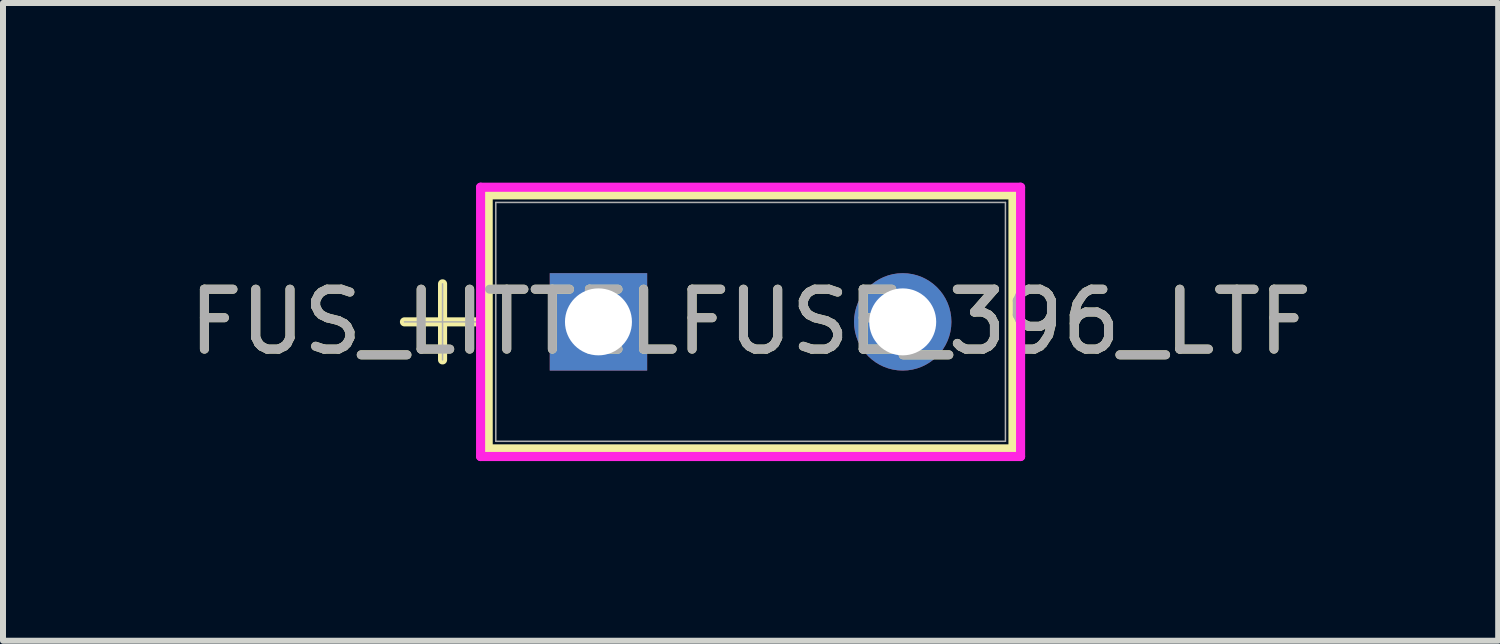
<source format=kicad_pcb>
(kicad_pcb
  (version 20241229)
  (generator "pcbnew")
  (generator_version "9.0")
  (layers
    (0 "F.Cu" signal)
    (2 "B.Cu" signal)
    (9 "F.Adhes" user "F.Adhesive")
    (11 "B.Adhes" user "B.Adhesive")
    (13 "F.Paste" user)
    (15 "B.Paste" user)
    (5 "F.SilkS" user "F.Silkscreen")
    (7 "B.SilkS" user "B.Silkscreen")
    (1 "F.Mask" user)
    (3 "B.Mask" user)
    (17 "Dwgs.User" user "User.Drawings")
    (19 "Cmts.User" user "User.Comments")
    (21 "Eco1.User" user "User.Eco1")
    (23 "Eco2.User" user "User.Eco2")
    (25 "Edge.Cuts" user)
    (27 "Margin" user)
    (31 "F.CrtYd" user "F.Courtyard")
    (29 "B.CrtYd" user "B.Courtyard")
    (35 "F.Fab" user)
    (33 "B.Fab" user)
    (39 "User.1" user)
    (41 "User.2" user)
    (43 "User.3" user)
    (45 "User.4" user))
  (footprint "FUS_LITTELFUSE_396_LTF"
    (layer "F.Cu")
    (at 6.942 2.324)
    (property "Reference" "FUS_LITTELFUSE_396_LTF" (at 2.54 0 0) (unlocked yes) (layer "F.SilkS") (effects (font (size 1 1) (thickness 0.15))))
    (attr through_hole)
    (fp_line (start -3.239 0) (end -1.968 0) (stroke (width 0.152) (type solid)) (layer "F.SilkS"))
    (fp_line (start -2.603 -0.635) (end -2.603 0.635) (stroke (width 0.152) (type solid)) (layer "F.SilkS"))
    (fp_line (start -1.841 -2.121) (end -1.841 2.121) (stroke (width 0.152) (type solid)) (layer "F.SilkS"))
    (fp_line (start 6.921 -2.121) (end -1.841 -2.121) (stroke (width 0.152) (type solid)) (layer "F.SilkS"))
    (fp_line (start 6.921 -2.121) (end 6.921 2.121) (stroke (width 0.152) (type solid)) (layer "F.SilkS"))
    (fp_line (start 6.921 2.121) (end -1.841 2.121) (stroke (width 0.152) (type solid)) (layer "F.SilkS"))
    (fp_line (start -1.968 -2.248) (end 7.048 -2.248) (stroke (width 0.152) (type solid)) (layer "F.CrtYd"))
    (fp_line (start -1.968 2.248) (end -1.968 -2.248) (stroke (width 0.152) (type solid)) (layer "F.CrtYd"))
    (fp_line (start 7.048 -2.248) (end 7.048 2.248) (stroke (width 0.152) (type solid)) (layer "F.CrtYd"))
    (fp_line (start 7.048 2.248) (end -1.968 2.248) (stroke (width 0.152) (type solid)) (layer "F.CrtYd"))
    (fp_line (start -3.239 0) (end -1.968 0) (stroke (width 0.025) (type solid)) (layer "F.Fab"))
    (fp_line (start -2.603 -0.635) (end -2.603 0.635) (stroke (width 0.025) (type solid)) (layer "F.Fab"))
    (fp_line (start -1.714 -1.994) (end -1.714 1.994) (stroke (width 0.025) (type solid)) (layer "F.Fab"))
    (fp_line (start 6.795 -1.994) (end -1.714 -1.994) (stroke (width 0.025) (type solid)) (layer "F.Fab"))
    (fp_line (start 6.795 -1.994) (end 6.795 1.994) (stroke (width 0.025) (type solid)) (layer "F.Fab"))
    (fp_line (start 6.795 1.994) (end -1.714 1.994) (stroke (width 0.025) (type solid)) (layer "F.Fab"))
    (fp_text user "${REFERENCE}" (at 2.54 0 0) (unlocked yes) (layer "F.Fab") (effects (font (size 1 1) (thickness 0.15))))
    (pad "1" thru_hole rect (at 0 0) (size 1.626 1.626) (drill 1.118) (layers "*.Cu" "*.Mask"))
    (pad "2" thru_hole circle (at 5.08 0) (size 1.626 1.626) (drill 1.118) (layers "*.Cu" "*.Mask")))
  (gr_rect
    (start -3 -3)
    (end 21.964 7.648)
    (stroke (width 0.1) (type default))
    (fill no)
    (layer "Edge.Cuts")))
</source>
